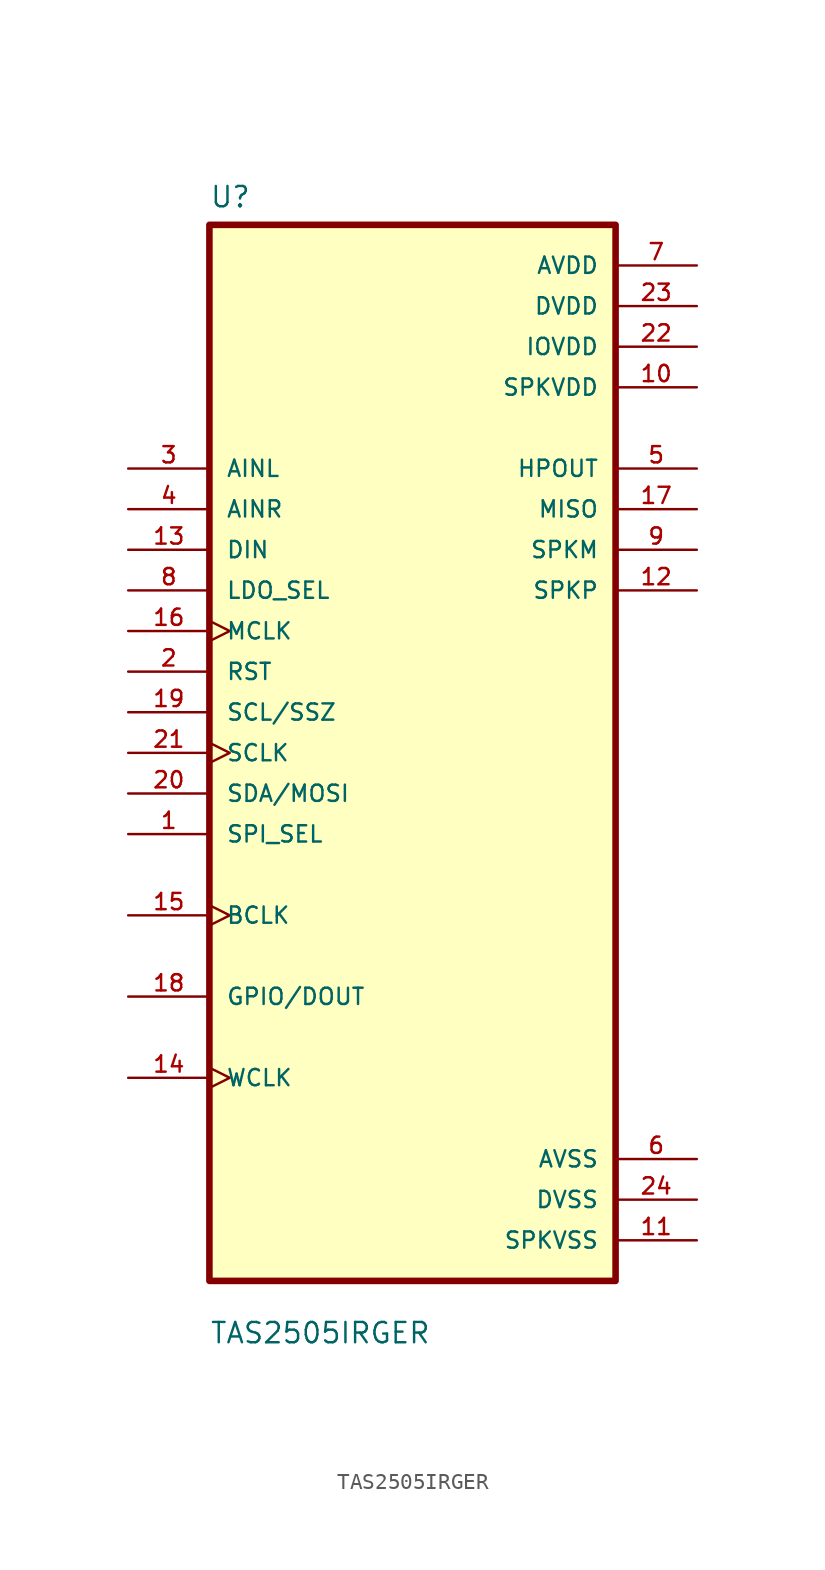
<source format=kicad_sym>
(kicad_symbol_lib
  (version 20211014)
  (generator kicad_symbol_editor)
  (symbol "TAS2505IRGER"
    (pin_names
      (offset 1.016))
    (property "Reference" "U"
      (at -12.7 34.02 0.0)
      (effects (font (size 1.27 1.27)) (justify bottom left)))
    (property "Value" "TAS2505IRGER"
      (at -12.7 -37.02 0.0)
      (effects (font (size 1.27 1.27)) (justify bottom left)))
    (symbol "TAS2505IRGER_0_0"
      (rectangle (start -12.7 -33.02) (end 12.7 33.02) (stroke (width 0.41)) (fill (type background)))
      (pin input line (at -17.78 17.78 0) (length 5.08) (name "AINL" (effects (font (size 1.016 1.016)))) (number "3" (effects (font (size 1.016 1.016)))))
      (pin input line (at -17.78 15.24 0) (length 5.08) (name "AINR" (effects (font (size 1.016 1.016)))) (number "4" (effects (font (size 1.016 1.016)))))
      (pin input line (at -17.78 12.7 0) (length 5.08) (name "DIN" (effects (font (size 1.016 1.016)))) (number "13" (effects (font (size 1.016 1.016)))))
      (pin input line (at -17.78 10.16 0) (length 5.08) (name "LDO_SEL" (effects (font (size 1.016 1.016)))) (number "8" (effects (font (size 1.016 1.016)))))
      (pin input clock (at -17.78 7.62 0) (length 5.08) (name "MCLK" (effects (font (size 1.016 1.016)))) (number "16" (effects (font (size 1.016 1.016)))))
      (pin input line (at -17.78 5.08 0) (length 5.08) (name "RST" (effects (font (size 1.016 1.016)))) (number "2" (effects (font (size 1.016 1.016)))))
      (pin input line (at -17.78 2.54 0) (length 5.08) (name "SCL/SSZ" (effects (font (size 1.016 1.016)))) (number "19" (effects (font (size 1.016 1.016)))))
      (pin input clock (at -17.78 7.10543e-15 0) (length 5.08) (name "SCLK" (effects (font (size 1.016 1.016)))) (number "21" (effects (font (size 1.016 1.016)))))
      (pin input line (at -17.78 -2.54 0) (length 5.08) (name "SDA/MOSI" (effects (font (size 1.016 1.016)))) (number "20" (effects (font (size 1.016 1.016)))))
      (pin input line (at -17.78 -5.08 0) (length 5.08) (name "SPI_SEL" (effects (font (size 1.016 1.016)))) (number "1" (effects (font (size 1.016 1.016)))))
      (pin bidirectional clock (at -17.78 -10.16 0) (length 5.08) (name "BCLK" (effects (font (size 1.016 1.016)))) (number "15" (effects (font (size 1.016 1.016)))))
      (pin bidirectional line (at -17.78 -15.24 0) (length 5.08) (name "GPIO/DOUT" (effects (font (size 1.016 1.016)))) (number "18" (effects (font (size 1.016 1.016)))))
      (pin bidirectional clock (at -17.78 -20.32 0) (length 5.08) (name "WCLK" (effects (font (size 1.016 1.016)))) (number "14" (effects (font (size 1.016 1.016)))))
      (pin power_in line (at 17.78 30.48 180.0) (length 5.08) (name "AVDD" (effects (font (size 1.016 1.016)))) (number "7" (effects (font (size 1.016 1.016)))))
      (pin power_in line (at 17.78 27.94 180.0) (length 5.08) (name "DVDD" (effects (font (size 1.016 1.016)))) (number "23" (effects (font (size 1.016 1.016)))))
      (pin power_in line (at 17.78 25.4 180.0) (length 5.08) (name "IOVDD" (effects (font (size 1.016 1.016)))) (number "22" (effects (font (size 1.016 1.016)))))
      (pin power_in line (at 17.78 22.86 180.0) (length 5.08) (name "SPKVDD" (effects (font (size 1.016 1.016)))) (number "10" (effects (font (size 1.016 1.016)))))
      (pin output line (at 17.78 17.78 180.0) (length 5.08) (name "HPOUT" (effects (font (size 1.016 1.016)))) (number "5" (effects (font (size 1.016 1.016)))))
      (pin output line (at 17.78 15.24 180.0) (length 5.08) (name "MISO" (effects (font (size 1.016 1.016)))) (number "17" (effects (font (size 1.016 1.016)))))
      (pin output line (at 17.78 12.7 180.0) (length 5.08) (name "SPKM" (effects (font (size 1.016 1.016)))) (number "9" (effects (font (size 1.016 1.016)))))
      (pin output line (at 17.78 10.16 180.0) (length 5.08) (name "SPKP" (effects (font (size 1.016 1.016)))) (number "12" (effects (font (size 1.016 1.016)))))
      (pin power_in line (at 17.78 -25.4 180.0) (length 5.08) (name "AVSS" (effects (font (size 1.016 1.016)))) (number "6" (effects (font (size 1.016 1.016)))))
      (pin power_in line (at 17.78 -27.94 180.0) (length 5.08) (name "DVSS" (effects (font (size 1.016 1.016)))) (number "24" (effects (font (size 1.016 1.016)))))
      (pin power_in line (at 17.78 -30.48 180.0) (length 5.08) (name "SPKVSS" (effects (font (size 1.016 1.016)))) (number "11" (effects (font (size 1.016 1.016))))))))
</source>
